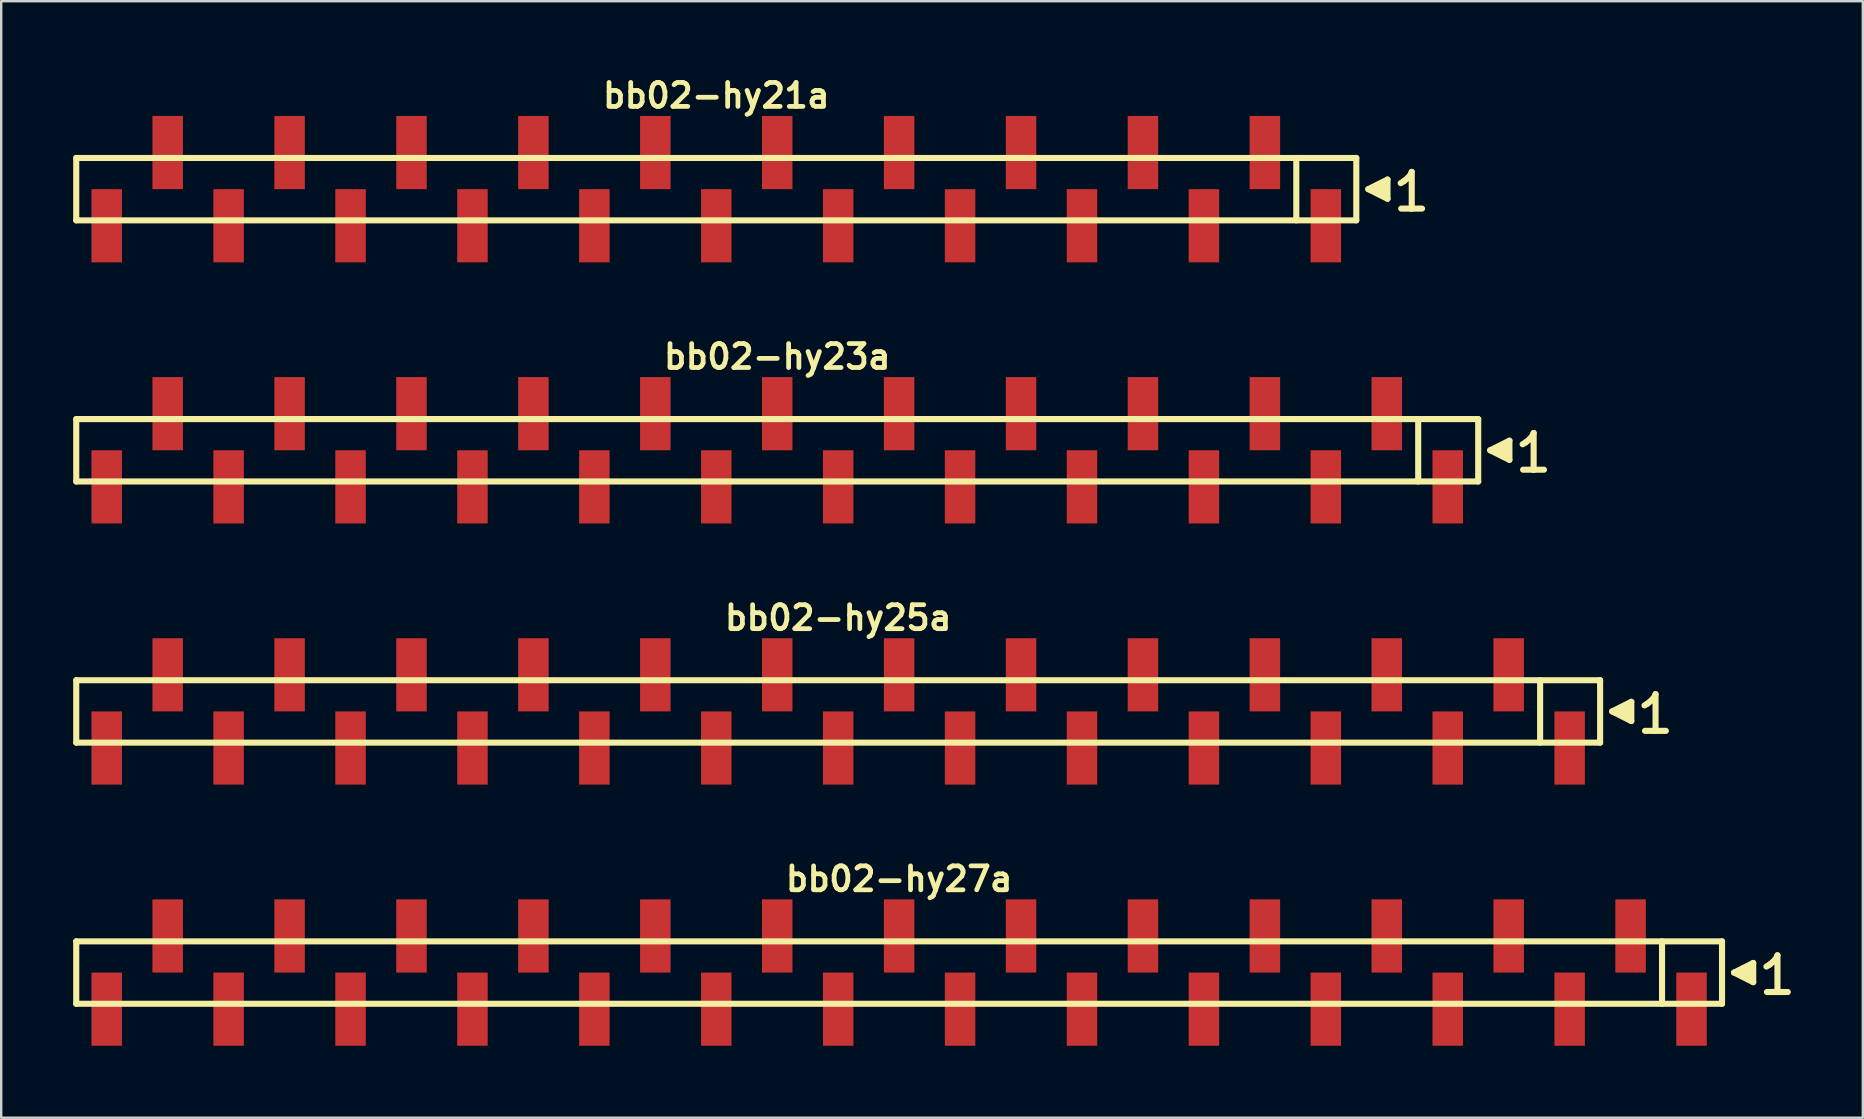
<source format=kicad_pcb>
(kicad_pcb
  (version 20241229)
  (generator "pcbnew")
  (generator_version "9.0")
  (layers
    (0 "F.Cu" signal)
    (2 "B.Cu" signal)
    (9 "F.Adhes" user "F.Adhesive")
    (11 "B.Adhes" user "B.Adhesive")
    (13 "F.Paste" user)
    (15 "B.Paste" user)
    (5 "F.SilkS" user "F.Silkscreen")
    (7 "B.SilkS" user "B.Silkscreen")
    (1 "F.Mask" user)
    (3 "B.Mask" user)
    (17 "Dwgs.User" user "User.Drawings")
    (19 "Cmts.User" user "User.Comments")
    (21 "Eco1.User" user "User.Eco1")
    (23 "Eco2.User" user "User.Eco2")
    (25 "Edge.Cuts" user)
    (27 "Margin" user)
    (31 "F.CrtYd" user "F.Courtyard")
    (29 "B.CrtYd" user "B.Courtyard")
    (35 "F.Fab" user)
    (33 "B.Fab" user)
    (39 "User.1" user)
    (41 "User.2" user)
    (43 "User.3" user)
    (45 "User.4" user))
  (footprint "bb02-hy25a"
    (layer "F.Cu")
    (at 31.877 26.595)
    (property "Reference" "bb02-hy25a" (at 0 -3.9 0) (layer "F.SilkS") (effects (font (size 0.998 0.998) (thickness 0.198))))
    (attr smd)
    (fp_line (start -31.75 -1.3) (end 31.75 -1.3) (stroke (width 0.254) (type solid)) (layer "F.SilkS"))
    (fp_line (start -31.75 1.3) (end -31.75 -1.3) (stroke (width 0.254) (type solid)) (layer "F.SilkS"))
    (fp_line (start 29.25 1.3) (end 29.25 -1.3) (stroke (width 0.254) (type solid)) (layer "F.SilkS"))
    (fp_line (start 31.75 -1.3) (end 31.75 1.3) (stroke (width 0.254) (type solid)) (layer "F.SilkS"))
    (fp_line (start 31.75 1.3) (end -31.75 1.3) (stroke (width 0.254) (type solid)) (layer "F.SilkS"))
    (fp_line (start 32.25 0) (end 33.05 0.4) (stroke (width 0.254) (type solid)) (layer "F.SilkS"))
    (fp_line (start 32.55 0.1) (end 32.55 -0.1) (stroke (width 0.254) (type solid)) (layer "F.SilkS"))
    (fp_line (start 32.65 -0.1) (end 32.65 0.1) (stroke (width 0.254) (type solid)) (layer "F.SilkS"))
    (fp_line (start 32.75 0.2) (end 32.75 -0.2) (stroke (width 0.254) (type solid)) (layer "F.SilkS"))
    (fp_line (start 32.85 -0.2) (end 32.85 0.2) (stroke (width 0.254) (type solid)) (layer "F.SilkS"))
    (fp_line (start 32.95 0.3) (end 32.95 -0.3) (stroke (width 0.254) (type solid)) (layer "F.SilkS"))
    (fp_line (start 33.05 -0.4) (end 32.25 0) (stroke (width 0.254) (type solid)) (layer "F.SilkS"))
    (fp_line (start 33.05 0.4) (end 33.05 -0.4) (stroke (width 0.254) (type solid)) (layer "F.SilkS"))
    (fp_line (start 33.6 -0.25) (end 33.73 -0.33) (stroke (width 0.254) (type solid)) (layer "F.SilkS"))
    (fp_line (start 33.73 -0.33) (end 33.89 -0.46) (stroke (width 0.254) (type solid)) (layer "F.SilkS"))
    (fp_line (start 33.89 -0.46) (end 34.03 -0.63) (stroke (width 0.254) (type solid)) (layer "F.SilkS"))
    (fp_line (start 34.03 -0.63) (end 34.06 -0.72) (stroke (width 0.254) (type solid)) (layer "F.SilkS"))
    (fp_line (start 34.06 -0.72) (end 34.06 0.81) (stroke (width 0.254) (type solid)) (layer "F.SilkS"))
    (fp_line (start 34.06 0.81) (end 33.62 0.81) (stroke (width 0.254) (type solid)) (layer "F.SilkS"))
    (fp_line (start 34.49 0.81) (end 34.05 0.81) (stroke (width 0.254) (type solid)) (layer "F.SilkS"))
    (pad "1" smd rect (at 30.48 1.525) (size 1.27 3.05) (layers "F.Cu" "F.Mask" "F.Paste"))
    (pad "2" smd rect (at 27.94 -1.525) (size 1.27 3.05) (layers "F.Cu" "F.Mask" "F.Paste"))
    (pad "3" smd rect (at 25.4 1.525) (size 1.27 3.05) (layers "F.Cu" "F.Mask" "F.Paste"))
    (pad "4" smd rect (at 22.86 -1.525) (size 1.27 3.05) (layers "F.Cu" "F.Mask" "F.Paste"))
    (pad "5" smd rect (at 20.32 1.525) (size 1.27 3.05) (layers "F.Cu" "F.Mask" "F.Paste"))
    (pad "6" smd rect (at 17.78 -1.525) (size 1.27 3.05) (layers "F.Cu" "F.Mask" "F.Paste"))
    (pad "7" smd rect (at 15.24 1.525) (size 1.27 3.05) (layers "F.Cu" "F.Mask" "F.Paste"))
    (pad "8" smd rect (at 12.7 -1.525) (size 1.27 3.05) (layers "F.Cu" "F.Mask" "F.Paste"))
    (pad "9" smd rect (at 10.16 1.525) (size 1.27 3.05) (layers "F.Cu" "F.Mask" "F.Paste"))
    (pad "10" smd rect (at 7.62 -1.525) (size 1.27 3.05) (layers "F.Cu" "F.Mask" "F.Paste"))
    (pad "11" smd rect (at 5.08 1.525) (size 1.27 3.05) (layers "F.Cu" "F.Mask" "F.Paste"))
    (pad "12" smd rect (at 2.54 -1.525) (size 1.27 3.05) (layers "F.Cu" "F.Mask" "F.Paste"))
    (pad "13" smd rect (at 0 1.525) (size 1.27 3.05) (layers "F.Cu" "F.Mask" "F.Paste"))
    (pad "14" smd rect (at -2.54 -1.525) (size 1.27 3.05) (layers "F.Cu" "F.Mask" "F.Paste"))
    (pad "15" smd rect (at -5.08 1.525) (size 1.27 3.05) (layers "F.Cu" "F.Mask" "F.Paste"))
    (pad "16" smd rect (at -7.62 -1.525) (size 1.27 3.05) (layers "F.Cu" "F.Mask" "F.Paste"))
    (pad "17" smd rect (at -10.16 1.525) (size 1.27 3.05) (layers "F.Cu" "F.Mask" "F.Paste"))
    (pad "18" smd rect (at -12.7 -1.525) (size 1.27 3.05) (layers "F.Cu" "F.Mask" "F.Paste"))
    (pad "19" smd rect (at -15.24 1.525) (size 1.27 3.05) (layers "F.Cu" "F.Mask" "F.Paste"))
    (pad "20" smd rect (at -17.78 -1.525) (size 1.27 3.05) (layers "F.Cu" "F.Mask" "F.Paste"))
    (pad "21" smd rect (at -20.32 1.525) (size 1.27 3.05) (layers "F.Cu" "F.Mask" "F.Paste"))
    (pad "22" smd rect (at -22.86 -1.525) (size 1.27 3.05) (layers "F.Cu" "F.Mask" "F.Paste"))
    (pad "23" smd rect (at -25.4 1.525) (size 1.27 3.05) (layers "F.Cu" "F.Mask" "F.Paste"))
    (pad "24" smd rect (at -27.94 -1.525) (size 1.27 3.05) (layers "F.Cu" "F.Mask" "F.Paste"))
    (pad "25" smd rect (at -30.48 1.525) (size 1.27 3.05) (layers "F.Cu" "F.Mask" "F.Paste")))
  (footprint "bb02-hy23a"
    (layer "F.Cu")
    (at 29.337 15.713)
    (property "Reference" "bb02-hy23a" (at 0 -3.9 0) (layer "F.SilkS") (effects (font (size 0.998 0.998) (thickness 0.198))))
    (attr smd)
    (fp_line (start -29.21 -1.3) (end 29.21 -1.3) (stroke (width 0.254) (type solid)) (layer "F.SilkS"))
    (fp_line (start -29.21 1.3) (end -29.21 -1.3) (stroke (width 0.254) (type solid)) (layer "F.SilkS"))
    (fp_line (start 26.71 1.3) (end 26.71 -1.3) (stroke (width 0.254) (type solid)) (layer "F.SilkS"))
    (fp_line (start 29.21 -1.3) (end 29.21 1.3) (stroke (width 0.254) (type solid)) (layer "F.SilkS"))
    (fp_line (start 29.21 1.3) (end -29.21 1.3) (stroke (width 0.254) (type solid)) (layer "F.SilkS"))
    (fp_line (start 29.71 0) (end 30.51 0.4) (stroke (width 0.254) (type solid)) (layer "F.SilkS"))
    (fp_line (start 30.01 0.1) (end 30.01 -0.1) (stroke (width 0.254) (type solid)) (layer "F.SilkS"))
    (fp_line (start 30.11 -0.1) (end 30.11 0.1) (stroke (width 0.254) (type solid)) (layer "F.SilkS"))
    (fp_line (start 30.21 0.2) (end 30.21 -0.2) (stroke (width 0.254) (type solid)) (layer "F.SilkS"))
    (fp_line (start 30.31 -0.2) (end 30.31 0.2) (stroke (width 0.254) (type solid)) (layer "F.SilkS"))
    (fp_line (start 30.41 0.3) (end 30.41 -0.3) (stroke (width 0.254) (type solid)) (layer "F.SilkS"))
    (fp_line (start 30.51 -0.4) (end 29.71 0) (stroke (width 0.254) (type solid)) (layer "F.SilkS"))
    (fp_line (start 30.51 0.4) (end 30.51 -0.4) (stroke (width 0.254) (type solid)) (layer "F.SilkS"))
    (fp_line (start 31.06 -0.25) (end 31.19 -0.33) (stroke (width 0.254) (type solid)) (layer "F.SilkS"))
    (fp_line (start 31.19 -0.33) (end 31.35 -0.46) (stroke (width 0.254) (type solid)) (layer "F.SilkS"))
    (fp_line (start 31.35 -0.46) (end 31.49 -0.63) (stroke (width 0.254) (type solid)) (layer "F.SilkS"))
    (fp_line (start 31.49 -0.63) (end 31.52 -0.72) (stroke (width 0.254) (type solid)) (layer "F.SilkS"))
    (fp_line (start 31.52 -0.72) (end 31.52 0.81) (stroke (width 0.254) (type solid)) (layer "F.SilkS"))
    (fp_line (start 31.52 0.81) (end 31.08 0.81) (stroke (width 0.254) (type solid)) (layer "F.SilkS"))
    (fp_line (start 31.95 0.81) (end 31.51 0.81) (stroke (width 0.254) (type solid)) (layer "F.SilkS"))
    (pad "1" smd rect (at 27.94 1.525) (size 1.27 3.05) (layers "F.Cu" "F.Mask" "F.Paste"))
    (pad "2" smd rect (at 25.4 -1.525) (size 1.27 3.05) (layers "F.Cu" "F.Mask" "F.Paste"))
    (pad "3" smd rect (at 22.86 1.525) (size 1.27 3.05) (layers "F.Cu" "F.Mask" "F.Paste"))
    (pad "4" smd rect (at 20.32 -1.525) (size 1.27 3.05) (layers "F.Cu" "F.Mask" "F.Paste"))
    (pad "5" smd rect (at 17.78 1.525) (size 1.27 3.05) (layers "F.Cu" "F.Mask" "F.Paste"))
    (pad "6" smd rect (at 15.24 -1.525) (size 1.27 3.05) (layers "F.Cu" "F.Mask" "F.Paste"))
    (pad "7" smd rect (at 12.7 1.525) (size 1.27 3.05) (layers "F.Cu" "F.Mask" "F.Paste"))
    (pad "8" smd rect (at 10.16 -1.525) (size 1.27 3.05) (layers "F.Cu" "F.Mask" "F.Paste"))
    (pad "9" smd rect (at 7.62 1.525) (size 1.27 3.05) (layers "F.Cu" "F.Mask" "F.Paste"))
    (pad "10" smd rect (at 5.08 -1.525) (size 1.27 3.05) (layers "F.Cu" "F.Mask" "F.Paste"))
    (pad "11" smd rect (at 2.54 1.525) (size 1.27 3.05) (layers "F.Cu" "F.Mask" "F.Paste"))
    (pad "12" smd rect (at 0 -1.525) (size 1.27 3.05) (layers "F.Cu" "F.Mask" "F.Paste"))
    (pad "13" smd rect (at -2.54 1.525) (size 1.27 3.05) (layers "F.Cu" "F.Mask" "F.Paste"))
    (pad "14" smd rect (at -5.08 -1.525) (size 1.27 3.05) (layers "F.Cu" "F.Mask" "F.Paste"))
    (pad "15" smd rect (at -7.62 1.525) (size 1.27 3.05) (layers "F.Cu" "F.Mask" "F.Paste"))
    (pad "16" smd rect (at -10.16 -1.525) (size 1.27 3.05) (layers "F.Cu" "F.Mask" "F.Paste"))
    (pad "17" smd rect (at -12.7 1.525) (size 1.27 3.05) (layers "F.Cu" "F.Mask" "F.Paste"))
    (pad "18" smd rect (at -15.24 -1.525) (size 1.27 3.05) (layers "F.Cu" "F.Mask" "F.Paste"))
    (pad "19" smd rect (at -17.78 1.525) (size 1.27 3.05) (layers "F.Cu" "F.Mask" "F.Paste"))
    (pad "20" smd rect (at -20.32 -1.525) (size 1.27 3.05) (layers "F.Cu" "F.Mask" "F.Paste"))
    (pad "21" smd rect (at -22.86 1.525) (size 1.27 3.05) (layers "F.Cu" "F.Mask" "F.Paste"))
    (pad "22" smd rect (at -25.4 -1.525) (size 1.27 3.05) (layers "F.Cu" "F.Mask" "F.Paste"))
    (pad "23" smd rect (at -27.94 1.525) (size 1.27 3.05) (layers "F.Cu" "F.Mask" "F.Paste")))
  (footprint "bb02-hy21a"
    (layer "F.Cu")
    (at 26.797 4.832)
    (property "Reference" "bb02-hy21a" (at 0 -3.9 0) (layer "F.SilkS") (effects (font (size 0.998 0.998) (thickness 0.198))))
    (attr smd)
    (fp_line (start -26.67 -1.3) (end 26.67 -1.3) (stroke (width 0.254) (type solid)) (layer "F.SilkS"))
    (fp_line (start -26.67 1.3) (end -26.67 -1.3) (stroke (width 0.254) (type solid)) (layer "F.SilkS"))
    (fp_line (start 24.17 1.3) (end 24.17 -1.3) (stroke (width 0.254) (type solid)) (layer "F.SilkS"))
    (fp_line (start 26.67 -1.3) (end 26.67 1.3) (stroke (width 0.254) (type solid)) (layer "F.SilkS"))
    (fp_line (start 26.67 1.3) (end -26.67 1.3) (stroke (width 0.254) (type solid)) (layer "F.SilkS"))
    (fp_line (start 27.17 0) (end 27.97 0.4) (stroke (width 0.254) (type solid)) (layer "F.SilkS"))
    (fp_line (start 27.47 0.1) (end 27.47 -0.1) (stroke (width 0.254) (type solid)) (layer "F.SilkS"))
    (fp_line (start 27.57 -0.1) (end 27.57 0.1) (stroke (width 0.254) (type solid)) (layer "F.SilkS"))
    (fp_line (start 27.67 0.2) (end 27.67 -0.2) (stroke (width 0.254) (type solid)) (layer "F.SilkS"))
    (fp_line (start 27.77 -0.2) (end 27.77 0.2) (stroke (width 0.254) (type solid)) (layer "F.SilkS"))
    (fp_line (start 27.87 0.3) (end 27.87 -0.3) (stroke (width 0.254) (type solid)) (layer "F.SilkS"))
    (fp_line (start 27.97 -0.4) (end 27.17 0) (stroke (width 0.254) (type solid)) (layer "F.SilkS"))
    (fp_line (start 27.97 0.4) (end 27.97 -0.4) (stroke (width 0.254) (type solid)) (layer "F.SilkS"))
    (fp_line (start 28.52 -0.25) (end 28.65 -0.33) (stroke (width 0.254) (type solid)) (layer "F.SilkS"))
    (fp_line (start 28.65 -0.33) (end 28.81 -0.46) (stroke (width 0.254) (type solid)) (layer "F.SilkS"))
    (fp_line (start 28.81 -0.46) (end 28.95 -0.63) (stroke (width 0.254) (type solid)) (layer "F.SilkS"))
    (fp_line (start 28.95 -0.63) (end 28.98 -0.72) (stroke (width 0.254) (type solid)) (layer "F.SilkS"))
    (fp_line (start 28.98 -0.72) (end 28.98 0.81) (stroke (width 0.254) (type solid)) (layer "F.SilkS"))
    (fp_line (start 28.98 0.81) (end 28.54 0.81) (stroke (width 0.254) (type solid)) (layer "F.SilkS"))
    (fp_line (start 29.41 0.81) (end 28.97 0.81) (stroke (width 0.254) (type solid)) (layer "F.SilkS"))
    (pad "1" smd rect (at 25.4 1.525) (size 1.27 3.05) (layers "F.Cu" "F.Mask" "F.Paste"))
    (pad "2" smd rect (at 22.86 -1.525) (size 1.27 3.05) (layers "F.Cu" "F.Mask" "F.Paste"))
    (pad "3" smd rect (at 20.32 1.525) (size 1.27 3.05) (layers "F.Cu" "F.Mask" "F.Paste"))
    (pad "4" smd rect (at 17.78 -1.525) (size 1.27 3.05) (layers "F.Cu" "F.Mask" "F.Paste"))
    (pad "5" smd rect (at 15.24 1.525) (size 1.27 3.05) (layers "F.Cu" "F.Mask" "F.Paste"))
    (pad "6" smd rect (at 12.7 -1.525) (size 1.27 3.05) (layers "F.Cu" "F.Mask" "F.Paste"))
    (pad "7" smd rect (at 10.16 1.525) (size 1.27 3.05) (layers "F.Cu" "F.Mask" "F.Paste"))
    (pad "8" smd rect (at 7.62 -1.525) (size 1.27 3.05) (layers "F.Cu" "F.Mask" "F.Paste"))
    (pad "9" smd rect (at 5.08 1.525) (size 1.27 3.05) (layers "F.Cu" "F.Mask" "F.Paste"))
    (pad "10" smd rect (at 2.54 -1.525) (size 1.27 3.05) (layers "F.Cu" "F.Mask" "F.Paste"))
    (pad "11" smd rect (at 0 1.525) (size 1.27 3.05) (layers "F.Cu" "F.Mask" "F.Paste"))
    (pad "12" smd rect (at -2.54 -1.525) (size 1.27 3.05) (layers "F.Cu" "F.Mask" "F.Paste"))
    (pad "13" smd rect (at -5.08 1.525) (size 1.27 3.05) (layers "F.Cu" "F.Mask" "F.Paste"))
    (pad "14" smd rect (at -7.62 -1.525) (size 1.27 3.05) (layers "F.Cu" "F.Mask" "F.Paste"))
    (pad "15" smd rect (at -10.16 1.525) (size 1.27 3.05) (layers "F.Cu" "F.Mask" "F.Paste"))
    (pad "16" smd rect (at -12.7 -1.525) (size 1.27 3.05) (layers "F.Cu" "F.Mask" "F.Paste"))
    (pad "17" smd rect (at -15.24 1.525) (size 1.27 3.05) (layers "F.Cu" "F.Mask" "F.Paste"))
    (pad "18" smd rect (at -17.78 -1.525) (size 1.27 3.05) (layers "F.Cu" "F.Mask" "F.Paste"))
    (pad "19" smd rect (at -20.32 1.525) (size 1.27 3.05) (layers "F.Cu" "F.Mask" "F.Paste"))
    (pad "20" smd rect (at -22.86 -1.525) (size 1.27 3.05) (layers "F.Cu" "F.Mask" "F.Paste"))
    (pad "21" smd rect (at -25.4 1.525) (size 1.27 3.05) (layers "F.Cu" "F.Mask" "F.Paste")))
  (footprint "bb02-hy27a"
    (layer "F.Cu")
    (at 34.417 37.477)
    (property "Reference" "bb02-hy27a" (at 0 -3.9 0) (layer "F.SilkS") (effects (font (size 0.998 0.998) (thickness 0.198))))
    (attr smd)
    (fp_line (start -34.29 -1.3) (end 34.29 -1.3) (stroke (width 0.254) (type solid)) (layer "F.SilkS"))
    (fp_line (start -34.29 1.3) (end -34.29 -1.3) (stroke (width 0.254) (type solid)) (layer "F.SilkS"))
    (fp_line (start 31.79 1.3) (end 31.79 -1.3) (stroke (width 0.254) (type solid)) (layer "F.SilkS"))
    (fp_line (start 34.29 -1.3) (end 34.29 1.3) (stroke (width 0.254) (type solid)) (layer "F.SilkS"))
    (fp_line (start 34.29 1.3) (end -34.29 1.3) (stroke (width 0.254) (type solid)) (layer "F.SilkS"))
    (fp_line (start 34.79 0) (end 35.59 0.4) (stroke (width 0.254) (type solid)) (layer "F.SilkS"))
    (fp_line (start 35.09 0.1) (end 35.09 -0.1) (stroke (width 0.254) (type solid)) (layer "F.SilkS"))
    (fp_line (start 35.19 -0.1) (end 35.19 0.1) (stroke (width 0.254) (type solid)) (layer "F.SilkS"))
    (fp_line (start 35.29 0.2) (end 35.29 -0.2) (stroke (width 0.254) (type solid)) (layer "F.SilkS"))
    (fp_line (start 35.39 -0.2) (end 35.39 0.2) (stroke (width 0.254) (type solid)) (layer "F.SilkS"))
    (fp_line (start 35.49 0.3) (end 35.49 -0.3) (stroke (width 0.254) (type solid)) (layer "F.SilkS"))
    (fp_line (start 35.59 -0.4) (end 34.79 0) (stroke (width 0.254) (type solid)) (layer "F.SilkS"))
    (fp_line (start 35.59 0.4) (end 35.59 -0.4) (stroke (width 0.254) (type solid)) (layer "F.SilkS"))
    (fp_line (start 36.14 -0.25) (end 36.27 -0.33) (stroke (width 0.254) (type solid)) (layer "F.SilkS"))
    (fp_line (start 36.27 -0.33) (end 36.43 -0.46) (stroke (width 0.254) (type solid)) (layer "F.SilkS"))
    (fp_line (start 36.43 -0.46) (end 36.57 -0.63) (stroke (width 0.254) (type solid)) (layer "F.SilkS"))
    (fp_line (start 36.57 -0.63) (end 36.6 -0.72) (stroke (width 0.254) (type solid)) (layer "F.SilkS"))
    (fp_line (start 36.6 -0.72) (end 36.6 0.81) (stroke (width 0.254) (type solid)) (layer "F.SilkS"))
    (fp_line (start 36.6 0.81) (end 36.16 0.81) (stroke (width 0.254) (type solid)) (layer "F.SilkS"))
    (fp_line (start 37.03 0.81) (end 36.59 0.81) (stroke (width 0.254) (type solid)) (layer "F.SilkS"))
    (pad "1" smd rect (at 33.02 1.525) (size 1.27 3.05) (layers "F.Cu" "F.Mask" "F.Paste"))
    (pad "2" smd rect (at 30.48 -1.525) (size 1.27 3.05) (layers "F.Cu" "F.Mask" "F.Paste"))
    (pad "3" smd rect (at 27.94 1.525) (size 1.27 3.05) (layers "F.Cu" "F.Mask" "F.Paste"))
    (pad "4" smd rect (at 25.4 -1.525) (size 1.27 3.05) (layers "F.Cu" "F.Mask" "F.Paste"))
    (pad "5" smd rect (at 22.86 1.525) (size 1.27 3.05) (layers "F.Cu" "F.Mask" "F.Paste"))
    (pad "6" smd rect (at 20.32 -1.525) (size 1.27 3.05) (layers "F.Cu" "F.Mask" "F.Paste"))
    (pad "7" smd rect (at 17.78 1.525) (size 1.27 3.05) (layers "F.Cu" "F.Mask" "F.Paste"))
    (pad "8" smd rect (at 15.24 -1.525) (size 1.27 3.05) (layers "F.Cu" "F.Mask" "F.Paste"))
    (pad "9" smd rect (at 12.7 1.525) (size 1.27 3.05) (layers "F.Cu" "F.Mask" "F.Paste"))
    (pad "10" smd rect (at 10.16 -1.525) (size 1.27 3.05) (layers "F.Cu" "F.Mask" "F.Paste"))
    (pad "11" smd rect (at 7.62 1.525) (size 1.27 3.05) (layers "F.Cu" "F.Mask" "F.Paste"))
    (pad "12" smd rect (at 5.08 -1.525) (size 1.27 3.05) (layers "F.Cu" "F.Mask" "F.Paste"))
    (pad "13" smd rect (at 2.54 1.525) (size 1.27 3.05) (layers "F.Cu" "F.Mask" "F.Paste"))
    (pad "14" smd rect (at 0 -1.525) (size 1.27 3.05) (layers "F.Cu" "F.Mask" "F.Paste"))
    (pad "15" smd rect (at -2.54 1.525) (size 1.27 3.05) (layers "F.Cu" "F.Mask" "F.Paste"))
    (pad "16" smd rect (at -5.08 -1.525) (size 1.27 3.05) (layers "F.Cu" "F.Mask" "F.Paste"))
    (pad "17" smd rect (at -7.62 1.525) (size 1.27 3.05) (layers "F.Cu" "F.Mask" "F.Paste"))
    (pad "18" smd rect (at -10.16 -1.525) (size 1.27 3.05) (layers "F.Cu" "F.Mask" "F.Paste"))
    (pad "19" smd rect (at -12.7 1.525) (size 1.27 3.05) (layers "F.Cu" "F.Mask" "F.Paste"))
    (pad "20" smd rect (at -15.24 -1.525) (size 1.27 3.05) (layers "F.Cu" "F.Mask" "F.Paste"))
    (pad "21" smd rect (at -17.78 1.525) (size 1.27 3.05) (layers "F.Cu" "F.Mask" "F.Paste"))
    (pad "22" smd rect (at -20.32 -1.525) (size 1.27 3.05) (layers "F.Cu" "F.Mask" "F.Paste"))
    (pad "23" smd rect (at -22.86 1.525) (size 1.27 3.05) (layers "F.Cu" "F.Mask" "F.Paste"))
    (pad "24" smd rect (at -25.4 -1.525) (size 1.27 3.05) (layers "F.Cu" "F.Mask" "F.Paste"))
    (pad "25" smd rect (at -27.94 1.525) (size 1.27 3.05) (layers "F.Cu" "F.Mask" "F.Paste"))
    (pad "26" smd rect (at -30.48 -1.525) (size 1.27 3.05) (layers "F.Cu" "F.Mask" "F.Paste"))
    (pad "27" smd rect (at -33.02 1.525) (size 1.27 3.05) (layers "F.Cu" "F.Mask" "F.Paste")))
  (gr_rect
    (start -3 -3)
    (end 74.574 43.527)
    (stroke (width 0.1) (type default))
    (fill no)
    (layer "Edge.Cuts")))
</source>
